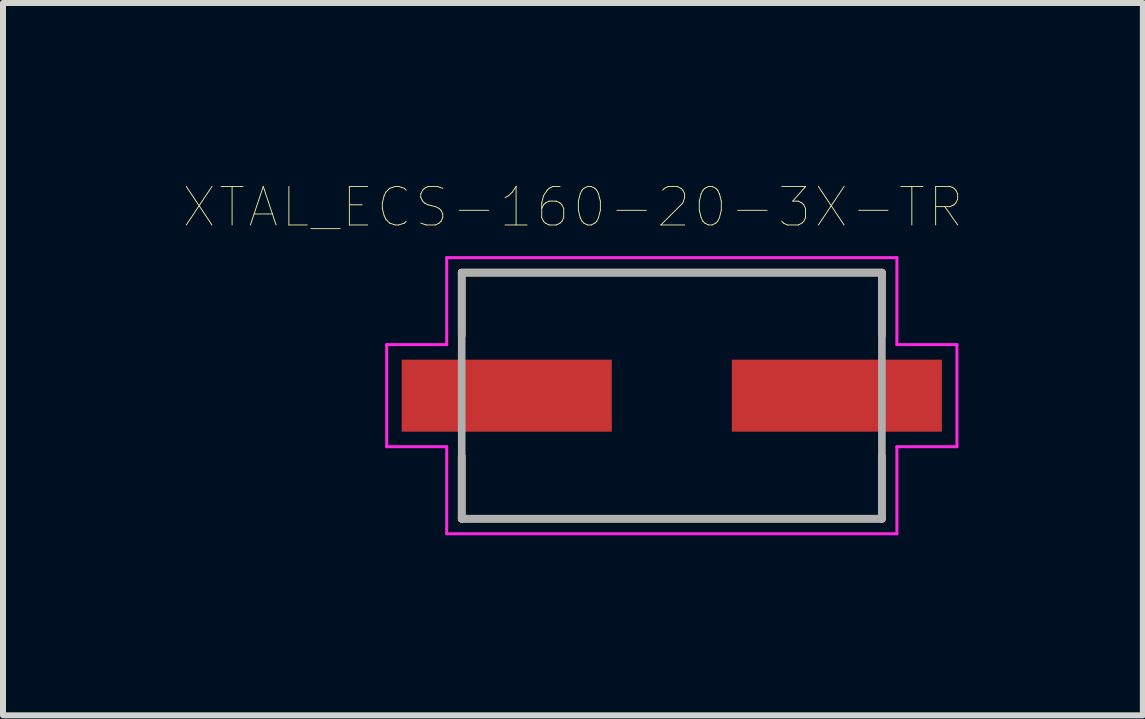
<source format=kicad_pcb>
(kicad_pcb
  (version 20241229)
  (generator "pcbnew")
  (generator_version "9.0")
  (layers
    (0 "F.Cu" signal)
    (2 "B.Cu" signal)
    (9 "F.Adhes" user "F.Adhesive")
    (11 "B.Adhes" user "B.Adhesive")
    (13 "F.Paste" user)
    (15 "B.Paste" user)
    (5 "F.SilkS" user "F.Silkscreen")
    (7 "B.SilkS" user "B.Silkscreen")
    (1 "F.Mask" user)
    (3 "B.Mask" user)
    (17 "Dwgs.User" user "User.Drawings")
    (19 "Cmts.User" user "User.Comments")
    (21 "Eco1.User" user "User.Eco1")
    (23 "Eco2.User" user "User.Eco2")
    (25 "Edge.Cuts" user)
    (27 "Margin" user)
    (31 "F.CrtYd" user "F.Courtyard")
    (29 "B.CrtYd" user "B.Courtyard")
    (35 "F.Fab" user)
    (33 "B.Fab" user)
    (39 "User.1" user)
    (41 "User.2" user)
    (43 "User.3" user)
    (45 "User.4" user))
  (footprint "XTAL_ECS-160-20-3X-TR"
    (layer "F.Cu")
    (at 8.142 3.542)
    (property "Reference" "XTAL_ECS-160-20-3X-TR" (at -1.648 -3.14 0) (layer "F.SilkS") (effects (font (size 0.641 0.641) (thickness 0.015))))
    (attr through_hole)
    (fp_line (start -3.5 -2.05) (end 3.5 -2.05) (stroke (width 0.127) (type solid)) (layer "F.SilkS"))
    (fp_line (start -3.5 -1.01) (end -3.5 -2.05) (stroke (width 0.127) (type solid)) (layer "F.SilkS"))
    (fp_line (start -3.5 2.05) (end -3.5 1.01) (stroke (width 0.127) (type solid)) (layer "F.SilkS"))
    (fp_line (start 3.5 -2.05) (end 3.5 -1.01) (stroke (width 0.127) (type solid)) (layer "F.SilkS"))
    (fp_line (start 3.5 1.01) (end 3.5 2.05) (stroke (width 0.127) (type solid)) (layer "F.SilkS"))
    (fp_line (start 3.5 2.05) (end -3.5 2.05) (stroke (width 0.127) (type solid)) (layer "F.SilkS"))
    (fp_line (start -4.75 -0.85) (end -4.75 0.85) (stroke (width 0.05) (type solid)) (layer "F.CrtYd"))
    (fp_line (start -4.75 0.85) (end -3.75 0.85) (stroke (width 0.05) (type solid)) (layer "F.CrtYd"))
    (fp_line (start -3.75 -2.3) (end -3.75 -0.85) (stroke (width 0.05) (type solid)) (layer "F.CrtYd"))
    (fp_line (start -3.75 -0.85) (end -4.75 -0.85) (stroke (width 0.05) (type solid)) (layer "F.CrtYd"))
    (fp_line (start -3.75 0.85) (end -3.75 2.3) (stroke (width 0.05) (type solid)) (layer "F.CrtYd"))
    (fp_line (start -3.75 2.3) (end 3.75 2.3) (stroke (width 0.05) (type solid)) (layer "F.CrtYd"))
    (fp_line (start 3.75 -2.3) (end -3.75 -2.3) (stroke (width 0.05) (type solid)) (layer "F.CrtYd"))
    (fp_line (start 3.75 -0.85) (end 3.75 -2.3) (stroke (width 0.05) (type solid)) (layer "F.CrtYd"))
    (fp_line (start 3.75 0.85) (end 4.75 0.85) (stroke (width 0.05) (type solid)) (layer "F.CrtYd"))
    (fp_line (start 3.75 2.3) (end 3.75 0.85) (stroke (width 0.05) (type solid)) (layer "F.CrtYd"))
    (fp_line (start 4.75 -0.85) (end 3.75 -0.85) (stroke (width 0.05) (type solid)) (layer "F.CrtYd"))
    (fp_line (start 4.75 0.85) (end 4.75 -0.85) (stroke (width 0.05) (type solid)) (layer "F.CrtYd"))
    (fp_line (start -3.5 -2.05) (end -3.5 2.05) (stroke (width 0.127) (type solid)) (layer "F.Fab"))
    (fp_line (start -3.5 2.05) (end 3.5 2.05) (stroke (width 0.127) (type solid)) (layer "F.Fab"))
    (fp_line (start 3.5 -2.05) (end -3.5 -2.05) (stroke (width 0.127) (type solid)) (layer "F.Fab"))
    (fp_line (start 3.5 2.05) (end 3.5 -2.05) (stroke (width 0.127) (type solid)) (layer "F.Fab"))
    (pad "1" smd rect (at -2.75 0) (size 3.5 1.2) (layers "F.Cu" "F.Mask" "F.Paste"))
    (pad "2" smd rect (at 2.75 0) (size 3.5 1.2) (layers "F.Cu" "F.Mask" "F.Paste")))
  (gr_rect
    (start -3 -3)
    (end 15.99 8.867)
    (stroke (width 0.1) (type default))
    (fill no)
    (layer "Edge.Cuts")))
</source>
